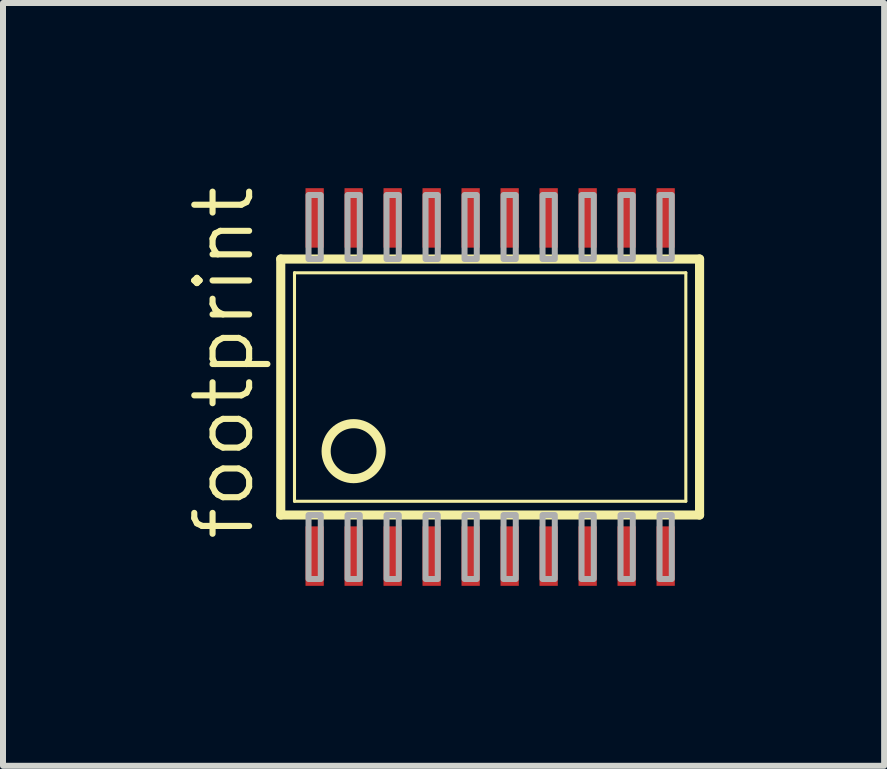
<source format=kicad_pcb>
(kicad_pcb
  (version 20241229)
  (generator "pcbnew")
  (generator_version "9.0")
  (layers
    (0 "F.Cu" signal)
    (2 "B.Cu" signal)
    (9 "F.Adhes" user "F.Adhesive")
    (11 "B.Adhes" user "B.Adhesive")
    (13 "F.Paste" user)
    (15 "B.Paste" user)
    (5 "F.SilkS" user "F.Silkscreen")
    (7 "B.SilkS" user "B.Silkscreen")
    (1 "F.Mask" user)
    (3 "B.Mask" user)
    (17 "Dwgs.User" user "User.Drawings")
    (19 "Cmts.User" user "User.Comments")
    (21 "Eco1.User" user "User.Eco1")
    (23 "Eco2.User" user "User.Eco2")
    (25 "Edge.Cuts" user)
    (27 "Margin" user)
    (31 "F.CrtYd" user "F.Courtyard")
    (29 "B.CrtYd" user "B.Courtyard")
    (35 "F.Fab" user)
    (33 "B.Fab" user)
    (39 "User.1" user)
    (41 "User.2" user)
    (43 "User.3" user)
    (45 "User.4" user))
  (footprint "footprint"
    (layer "F.Cu")
    (at 5.119 3.4)
    (property "Reference" "footprint" (at -3.9 2.6 90) (layer "F.SilkS") (effects (font (size 0.914 0.914) (thickness 0.102)) (justify left bottom)))
    (fp_line (start -3.49 2.133) (end -3.49 -2.133) (stroke (width 0.152) (type solid)) (layer "F.SilkS"))
    (fp_line (start -3.49 2.133) (end 3.49 2.133) (stroke (width 0.152) (type solid)) (layer "F.SilkS"))
    (fp_line (start -3.261 1.904) (end -3.261 -1.904) (stroke (width 0.051) (type solid)) (layer "F.SilkS"))
    (fp_line (start -3.261 1.904) (end 3.261 1.904) (stroke (width 0.051) (type solid)) (layer "F.SilkS"))
    (fp_line (start 3.261 -1.904) (end -3.261 -1.904) (stroke (width 0.051) (type solid)) (layer "F.SilkS"))
    (fp_line (start 3.261 -1.904) (end 3.261 1.904) (stroke (width 0.051) (type solid)) (layer "F.SilkS"))
    (fp_line (start 3.49 -2.133) (end -3.49 -2.133) (stroke (width 0.152) (type solid)) (layer "F.SilkS"))
    (fp_line (start 3.49 -2.133) (end 3.49 2.133) (stroke (width 0.152) (type solid)) (layer "F.SilkS"))
    (fp_circle (center -2.276 1.069) (end -1.818 1.069) (stroke (width 0.152) (type solid)) (fill no) (layer "F.SilkS"))
    (fp_poly (pts (xy -3.027 -2.133) (xy -2.823 -2.133) (xy -2.823 -3.2) (xy -3.027 -3.2)) (stroke (width 0.1) (type solid)) (fill no) (layer "F.Fab"))
    (fp_poly (pts (xy -3.027 3.2) (xy -2.823 3.2) (xy -2.823 2.133) (xy -3.027 2.133)) (stroke (width 0.1) (type solid)) (fill no) (layer "F.Fab"))
    (fp_poly (pts (xy -2.377 -2.133) (xy -2.173 -2.133) (xy -2.173 -3.2) (xy -2.377 -3.2)) (stroke (width 0.1) (type solid)) (fill no) (layer "F.Fab"))
    (fp_poly (pts (xy -2.377 3.2) (xy -2.173 3.2) (xy -2.173 2.133) (xy -2.377 2.133)) (stroke (width 0.1) (type solid)) (fill no) (layer "F.Fab"))
    (fp_poly (pts (xy -1.727 -2.133) (xy -1.523 -2.133) (xy -1.523 -3.2) (xy -1.727 -3.2)) (stroke (width 0.1) (type solid)) (fill no) (layer "F.Fab"))
    (fp_poly (pts (xy -1.727 3.2) (xy -1.523 3.2) (xy -1.523 2.133) (xy -1.727 2.133)) (stroke (width 0.1) (type solid)) (fill no) (layer "F.Fab"))
    (fp_poly (pts (xy -1.077 -2.133) (xy -0.873 -2.133) (xy -0.873 -3.2) (xy -1.077 -3.2)) (stroke (width 0.1) (type solid)) (fill no) (layer "F.Fab"))
    (fp_poly (pts (xy -1.077 3.2) (xy -0.873 3.2) (xy -0.873 2.133) (xy -1.077 2.133)) (stroke (width 0.1) (type solid)) (fill no) (layer "F.Fab"))
    (fp_poly (pts (xy -0.427 -2.133) (xy -0.223 -2.133) (xy -0.223 -3.2) (xy -0.427 -3.2)) (stroke (width 0.1) (type solid)) (fill no) (layer "F.Fab"))
    (fp_poly (pts (xy -0.427 3.2) (xy -0.223 3.2) (xy -0.223 2.133) (xy -0.427 2.133)) (stroke (width 0.1) (type solid)) (fill no) (layer "F.Fab"))
    (fp_poly (pts (xy 0.223 -2.133) (xy 0.427 -2.133) (xy 0.427 -3.2) (xy 0.223 -3.2)) (stroke (width 0.1) (type solid)) (fill no) (layer "F.Fab"))
    (fp_poly (pts (xy 0.223 3.2) (xy 0.427 3.2) (xy 0.427 2.133) (xy 0.223 2.133)) (stroke (width 0.1) (type solid)) (fill no) (layer "F.Fab"))
    (fp_poly (pts (xy 0.873 3.2) (xy 1.077 3.2) (xy 1.077 2.133) (xy 0.873 2.133)) (stroke (width 0.1) (type solid)) (fill no) (layer "F.Fab"))
    (fp_poly (pts (xy 1.077 -3.2) (xy 0.873 -3.2) (xy 0.873 -2.133) (xy 1.077 -2.133)) (stroke (width 0.1) (type solid)) (fill no) (layer "F.Fab"))
    (fp_poly (pts (xy 1.523 3.2) (xy 1.727 3.2) (xy 1.727 2.133) (xy 1.523 2.133)) (stroke (width 0.1) (type solid)) (fill no) (layer "F.Fab"))
    (fp_poly (pts (xy 1.727 -3.2) (xy 1.523 -3.2) (xy 1.523 -2.133) (xy 1.727 -2.133)) (stroke (width 0.1) (type solid)) (fill no) (layer "F.Fab"))
    (fp_poly (pts (xy 2.173 3.2) (xy 2.377 3.2) (xy 2.377 2.133) (xy 2.173 2.133)) (stroke (width 0.1) (type solid)) (fill no) (layer "F.Fab"))
    (fp_poly (pts (xy 2.377 -3.2) (xy 2.173 -3.2) (xy 2.173 -2.133) (xy 2.377 -2.133)) (stroke (width 0.1) (type solid)) (fill no) (layer "F.Fab"))
    (fp_poly (pts (xy 2.823 3.2) (xy 3.027 3.2) (xy 3.027 2.133) (xy 2.823 2.133)) (stroke (width 0.1) (type solid)) (fill no) (layer "F.Fab"))
    (fp_poly (pts (xy 3.027 -3.2) (xy 2.823 -3.2) (xy 2.823 -2.133) (xy 3.027 -2.133)) (stroke (width 0.1) (type solid)) (fill no) (layer "F.Fab"))
    (pad "1" smd rect (at -2.925 2.818) (size 0.305 0.991) (layers "F.Cu" "F.Mask" "F.Paste"))
    (pad "2" smd rect (at -2.275 2.818) (size 0.305 0.991) (layers "F.Cu" "F.Mask" "F.Paste"))
    (pad "3" smd rect (at -1.625 2.818) (size 0.305 0.991) (layers "F.Cu" "F.Mask" "F.Paste"))
    (pad "4" smd rect (at -0.975 2.818) (size 0.305 0.991) (layers "F.Cu" "F.Mask" "F.Paste"))
    (pad "5" smd rect (at -0.325 2.818) (size 0.305 0.991) (layers "F.Cu" "F.Mask" "F.Paste"))
    (pad "6" smd rect (at 0.325 2.818) (size 0.305 0.991) (layers "F.Cu" "F.Mask" "F.Paste"))
    (pad "7" smd rect (at 0.975 2.818) (size 0.305 0.991) (layers "F.Cu" "F.Mask" "F.Paste"))
    (pad "8" smd rect (at 1.625 2.818) (size 0.305 0.991) (layers "F.Cu" "F.Mask" "F.Paste"))
    (pad "9" smd rect (at 2.275 2.818) (size 0.305 0.991) (layers "F.Cu" "F.Mask" "F.Paste"))
    (pad "10" smd rect (at 2.925 2.818) (size 0.305 0.991) (layers "F.Cu" "F.Mask" "F.Paste"))
    (pad "11" smd rect (at 2.925 -2.818 180) (size 0.305 0.991) (layers "F.Cu" "F.Mask" "F.Paste"))
    (pad "12" smd rect (at 2.275 -2.818 180) (size 0.305 0.991) (layers "F.Cu" "F.Mask" "F.Paste"))
    (pad "13" smd rect (at 1.625 -2.818 180) (size 0.305 0.991) (layers "F.Cu" "F.Mask" "F.Paste"))
    (pad "14" smd rect (at 0.975 -2.818 180) (size 0.305 0.991) (layers "F.Cu" "F.Mask" "F.Paste"))
    (pad "15" smd rect (at 0.325 -2.818) (size 0.305 0.991) (layers "F.Cu" "F.Mask" "F.Paste"))
    (pad "16" smd rect (at -0.325 -2.818) (size 0.305 0.991) (layers "F.Cu" "F.Mask" "F.Paste"))
    (pad "17" smd rect (at -0.975 -2.818) (size 0.305 0.991) (layers "F.Cu" "F.Mask" "F.Paste"))
    (pad "18" smd rect (at -1.625 -2.818) (size 0.305 0.991) (layers "F.Cu" "F.Mask" "F.Paste"))
    (pad "19" smd rect (at -2.275 -2.818) (size 0.305 0.991) (layers "F.Cu" "F.Mask" "F.Paste"))
    (pad "20" smd rect (at -2.925 -2.818) (size 0.305 0.991) (layers "F.Cu" "F.Mask" "F.Paste")))
  (gr_rect
    (start -3 -3)
    (end 11.685 9.713)
    (stroke (width 0.1) (type default))
    (fill no)
    (layer "Edge.Cuts")))
</source>
